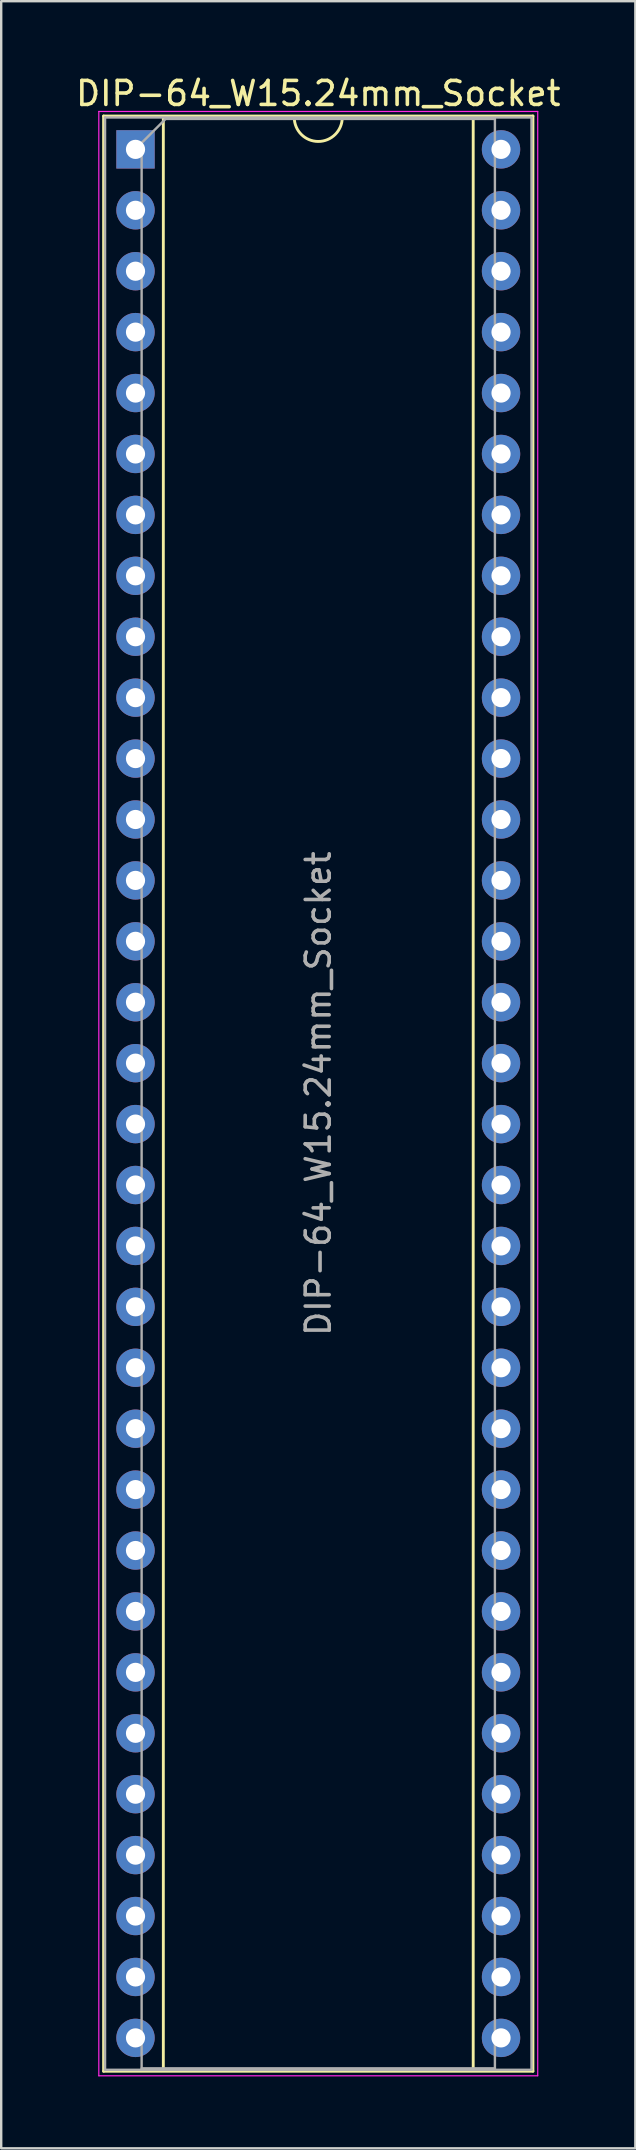
<source format=kicad_pcb>
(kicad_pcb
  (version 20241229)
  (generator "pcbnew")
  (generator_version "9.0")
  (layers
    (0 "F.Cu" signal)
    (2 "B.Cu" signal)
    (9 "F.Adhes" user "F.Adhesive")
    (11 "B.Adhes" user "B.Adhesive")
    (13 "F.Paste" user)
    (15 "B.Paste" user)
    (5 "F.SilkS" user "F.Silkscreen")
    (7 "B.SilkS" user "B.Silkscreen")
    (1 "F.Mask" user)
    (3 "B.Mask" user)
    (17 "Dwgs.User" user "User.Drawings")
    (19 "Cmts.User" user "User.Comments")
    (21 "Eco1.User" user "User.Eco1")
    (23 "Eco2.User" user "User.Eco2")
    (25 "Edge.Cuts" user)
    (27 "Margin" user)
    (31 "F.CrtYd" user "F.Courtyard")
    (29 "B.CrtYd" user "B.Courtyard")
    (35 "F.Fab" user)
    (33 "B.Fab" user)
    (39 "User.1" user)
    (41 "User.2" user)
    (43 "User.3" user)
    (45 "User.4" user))
  (footprint "DIP-64_W15.24mm_Socket"
    (layer "F.Cu")
    (at 2.6 3.178)
    (property "Reference" "DIP-64_W15.24mm_Socket" (at 7.62 -2.33 0) (layer "F.SilkS") (effects (font (size 1 1) (thickness 0.15))))
    (attr through_hole)
    (fp_line (start -1.33 -1.39) (end -1.33 80.13) (stroke (width 0.12) (type solid)) (layer "F.SilkS"))
    (fp_line (start -1.33 80.13) (end 16.57 80.13) (stroke (width 0.12) (type solid)) (layer "F.SilkS"))
    (fp_line (start 1.16 -1.33) (end 1.16 80.07) (stroke (width 0.12) (type solid)) (layer "F.SilkS"))
    (fp_line (start 1.16 80.07) (end 14.08 80.07) (stroke (width 0.12) (type solid)) (layer "F.SilkS"))
    (fp_line (start 6.62 -1.33) (end 1.16 -1.33) (stroke (width 0.12) (type solid)) (layer "F.SilkS"))
    (fp_line (start 14.08 -1.33) (end 8.62 -1.33) (stroke (width 0.12) (type solid)) (layer "F.SilkS"))
    (fp_line (start 14.08 80.07) (end 14.08 -1.33) (stroke (width 0.12) (type solid)) (layer "F.SilkS"))
    (fp_line (start 16.57 -1.39) (end -1.33 -1.39) (stroke (width 0.12) (type solid)) (layer "F.SilkS"))
    (fp_line (start 16.57 80.13) (end 16.57 -1.39) (stroke (width 0.12) (type solid)) (layer "F.SilkS"))
    (fp_arc (start 8.62 -1.33) (mid 7.62 -0.33) (end 6.62 -1.33) (stroke (width 0.12) (type solid)) (layer "F.SilkS"))
    (fp_line (start -1.53 -1.58) (end -1.53 80.32) (stroke (width 0.05) (type solid)) (layer "F.CrtYd"))
    (fp_line (start -1.53 80.32) (end 16.77 80.32) (stroke (width 0.05) (type solid)) (layer "F.CrtYd"))
    (fp_line (start 16.77 -1.58) (end -1.53 -1.58) (stroke (width 0.05) (type solid)) (layer "F.CrtYd"))
    (fp_line (start 16.77 80.32) (end 16.77 -1.58) (stroke (width 0.05) (type solid)) (layer "F.CrtYd"))
    (fp_line (start -1.27 -1.33) (end -1.27 80.07) (stroke (width 0.1) (type solid)) (layer "F.Fab"))
    (fp_line (start -1.27 80.07) (end 16.51 80.07) (stroke (width 0.1) (type solid)) (layer "F.Fab"))
    (fp_line (start 0.255 -0.27) (end 1.255 -1.27) (stroke (width 0.1) (type solid)) (layer "F.Fab"))
    (fp_line (start 0.255 80.01) (end 0.255 -0.27) (stroke (width 0.1) (type solid)) (layer "F.Fab"))
    (fp_line (start 1.255 -1.27) (end 14.985 -1.27) (stroke (width 0.1) (type solid)) (layer "F.Fab"))
    (fp_line (start 14.985 -1.27) (end 14.985 80.01) (stroke (width 0.1) (type solid)) (layer "F.Fab"))
    (fp_line (start 14.985 80.01) (end 0.255 80.01) (stroke (width 0.1) (type solid)) (layer "F.Fab"))
    (fp_line (start 16.51 -1.33) (end -1.27 -1.33) (stroke (width 0.1) (type solid)) (layer "F.Fab"))
    (fp_line (start 16.51 80.07) (end 16.51 -1.33) (stroke (width 0.1) (type solid)) (layer "F.Fab"))
    (fp_text user "${REFERENCE}" (at 7.62 39.37 90) (layer "F.Fab") (effects (font (size 1 1) (thickness 0.15))))
    (pad "1" thru_hole rect (at 0 0) (size 1.6 1.6) (drill 0.8) (layers "*.Cu" "*.Mask"))
    (pad "2" thru_hole circle (at 0 2.54) (size 1.6 1.6) (drill 0.8) (layers "*.Cu" "*.Mask"))
    (pad "3" thru_hole circle (at 0 5.08) (size 1.6 1.6) (drill 0.8) (layers "*.Cu" "*.Mask"))
    (pad "4" thru_hole circle (at 0 7.62) (size 1.6 1.6) (drill 0.8) (layers "*.Cu" "*.Mask"))
    (pad "5" thru_hole circle (at 0 10.16) (size 1.6 1.6) (drill 0.8) (layers "*.Cu" "*.Mask"))
    (pad "6" thru_hole circle (at 0 12.7) (size 1.6 1.6) (drill 0.8) (layers "*.Cu" "*.Mask"))
    (pad "7" thru_hole circle (at 0 15.24) (size 1.6 1.6) (drill 0.8) (layers "*.Cu" "*.Mask"))
    (pad "8" thru_hole circle (at 0 17.78) (size 1.6 1.6) (drill 0.8) (layers "*.Cu" "*.Mask"))
    (pad "9" thru_hole circle (at 0 20.32) (size 1.6 1.6) (drill 0.8) (layers "*.Cu" "*.Mask"))
    (pad "10" thru_hole circle (at 0 22.86) (size 1.6 1.6) (drill 0.8) (layers "*.Cu" "*.Mask"))
    (pad "11" thru_hole circle (at 0 25.4) (size 1.6 1.6) (drill 0.8) (layers "*.Cu" "*.Mask"))
    (pad "12" thru_hole circle (at 0 27.94) (size 1.6 1.6) (drill 0.8) (layers "*.Cu" "*.Mask"))
    (pad "13" thru_hole circle (at 0 30.48) (size 1.6 1.6) (drill 0.8) (layers "*.Cu" "*.Mask"))
    (pad "14" thru_hole circle (at 0 33.02) (size 1.6 1.6) (drill 0.8) (layers "*.Cu" "*.Mask"))
    (pad "15" thru_hole circle (at 0 35.56) (size 1.6 1.6) (drill 0.8) (layers "*.Cu" "*.Mask"))
    (pad "16" thru_hole circle (at 0 38.1) (size 1.6 1.6) (drill 0.8) (layers "*.Cu" "*.Mask"))
    (pad "17" thru_hole circle (at 0 40.64) (size 1.6 1.6) (drill 0.8) (layers "*.Cu" "*.Mask"))
    (pad "18" thru_hole circle (at 0 43.18) (size 1.6 1.6) (drill 0.8) (layers "*.Cu" "*.Mask"))
    (pad "19" thru_hole circle (at 0 45.72) (size 1.6 1.6) (drill 0.8) (layers "*.Cu" "*.Mask"))
    (pad "20" thru_hole circle (at 0 48.26) (size 1.6 1.6) (drill 0.8) (layers "*.Cu" "*.Mask"))
    (pad "21" thru_hole circle (at 0 50.8) (size 1.6 1.6) (drill 0.8) (layers "*.Cu" "*.Mask"))
    (pad "22" thru_hole circle (at 0 53.34) (size 1.6 1.6) (drill 0.8) (layers "*.Cu" "*.Mask"))
    (pad "23" thru_hole circle (at 0 55.88) (size 1.6 1.6) (drill 0.8) (layers "*.Cu" "*.Mask"))
    (pad "24" thru_hole circle (at 0 58.42) (size 1.6 1.6) (drill 0.8) (layers "*.Cu" "*.Mask"))
    (pad "25" thru_hole circle (at 0 60.96) (size 1.6 1.6) (drill 0.8) (layers "*.Cu" "*.Mask"))
    (pad "26" thru_hole circle (at 0 63.5) (size 1.6 1.6) (drill 0.8) (layers "*.Cu" "*.Mask"))
    (pad "27" thru_hole circle (at 0 66.04) (size 1.6 1.6) (drill 0.8) (layers "*.Cu" "*.Mask"))
    (pad "28" thru_hole circle (at 0 68.58) (size 1.6 1.6) (drill 0.8) (layers "*.Cu" "*.Mask"))
    (pad "29" thru_hole circle (at 0 71.12) (size 1.6 1.6) (drill 0.8) (layers "*.Cu" "*.Mask"))
    (pad "30" thru_hole circle (at 0 73.66) (size 1.6 1.6) (drill 0.8) (layers "*.Cu" "*.Mask"))
    (pad "31" thru_hole circle (at 0 76.2) (size 1.6 1.6) (drill 0.8) (layers "*.Cu" "*.Mask"))
    (pad "32" thru_hole circle (at 0 78.74) (size 1.6 1.6) (drill 0.8) (layers "*.Cu" "*.Mask"))
    (pad "33" thru_hole circle (at 15.24 78.74) (size 1.6 1.6) (drill 0.8) (layers "*.Cu" "*.Mask"))
    (pad "34" thru_hole circle (at 15.24 76.2) (size 1.6 1.6) (drill 0.8) (layers "*.Cu" "*.Mask"))
    (pad "35" thru_hole circle (at 15.24 73.66) (size 1.6 1.6) (drill 0.8) (layers "*.Cu" "*.Mask"))
    (pad "36" thru_hole circle (at 15.24 71.12) (size 1.6 1.6) (drill 0.8) (layers "*.Cu" "*.Mask"))
    (pad "37" thru_hole circle (at 15.24 68.58) (size 1.6 1.6) (drill 0.8) (layers "*.Cu" "*.Mask"))
    (pad "38" thru_hole circle (at 15.24 66.04) (size 1.6 1.6) (drill 0.8) (layers "*.Cu" "*.Mask"))
    (pad "39" thru_hole circle (at 15.24 63.5) (size 1.6 1.6) (drill 0.8) (layers "*.Cu" "*.Mask"))
    (pad "40" thru_hole circle (at 15.24 60.96) (size 1.6 1.6) (drill 0.8) (layers "*.Cu" "*.Mask"))
    (pad "41" thru_hole circle (at 15.24 58.42) (size 1.6 1.6) (drill 0.8) (layers "*.Cu" "*.Mask"))
    (pad "42" thru_hole circle (at 15.24 55.88) (size 1.6 1.6) (drill 0.8) (layers "*.Cu" "*.Mask"))
    (pad "43" thru_hole circle (at 15.24 53.34) (size 1.6 1.6) (drill 0.8) (layers "*.Cu" "*.Mask"))
    (pad "44" thru_hole circle (at 15.24 50.8) (size 1.6 1.6) (drill 0.8) (layers "*.Cu" "*.Mask"))
    (pad "45" thru_hole circle (at 15.24 48.26) (size 1.6 1.6) (drill 0.8) (layers "*.Cu" "*.Mask"))
    (pad "46" thru_hole circle (at 15.24 45.72) (size 1.6 1.6) (drill 0.8) (layers "*.Cu" "*.Mask"))
    (pad "47" thru_hole circle (at 15.24 43.18) (size 1.6 1.6) (drill 0.8) (layers "*.Cu" "*.Mask"))
    (pad "48" thru_hole circle (at 15.24 40.64) (size 1.6 1.6) (drill 0.8) (layers "*.Cu" "*.Mask"))
    (pad "49" thru_hole circle (at 15.24 38.1) (size 1.6 1.6) (drill 0.8) (layers "*.Cu" "*.Mask"))
    (pad "50" thru_hole circle (at 15.24 35.56) (size 1.6 1.6) (drill 0.8) (layers "*.Cu" "*.Mask"))
    (pad "51" thru_hole circle (at 15.24 33.02) (size 1.6 1.6) (drill 0.8) (layers "*.Cu" "*.Mask"))
    (pad "52" thru_hole circle (at 15.24 30.48) (size 1.6 1.6) (drill 0.8) (layers "*.Cu" "*.Mask"))
    (pad "53" thru_hole circle (at 15.24 27.94) (size 1.6 1.6) (drill 0.8) (layers "*.Cu" "*.Mask"))
    (pad "54" thru_hole circle (at 15.24 25.4) (size 1.6 1.6) (drill 0.8) (layers "*.Cu" "*.Mask"))
    (pad "55" thru_hole circle (at 15.24 22.86) (size 1.6 1.6) (drill 0.8) (layers "*.Cu" "*.Mask"))
    (pad "56" thru_hole circle (at 15.24 20.32) (size 1.6 1.6) (drill 0.8) (layers "*.Cu" "*.Mask"))
    (pad "57" thru_hole circle (at 15.24 17.78) (size 1.6 1.6) (drill 0.8) (layers "*.Cu" "*.Mask"))
    (pad "58" thru_hole circle (at 15.24 15.24) (size 1.6 1.6) (drill 0.8) (layers "*.Cu" "*.Mask"))
    (pad "59" thru_hole circle (at 15.24 12.7) (size 1.6 1.6) (drill 0.8) (layers "*.Cu" "*.Mask"))
    (pad "60" thru_hole circle (at 15.24 10.16) (size 1.6 1.6) (drill 0.8) (layers "*.Cu" "*.Mask"))
    (pad "61" thru_hole circle (at 15.24 7.62) (size 1.6 1.6) (drill 0.8) (layers "*.Cu" "*.Mask"))
    (pad "62" thru_hole circle (at 15.24 5.08) (size 1.6 1.6) (drill 0.8) (layers "*.Cu" "*.Mask"))
    (pad "63" thru_hole circle (at 15.24 2.54) (size 1.6 1.6) (drill 0.8) (layers "*.Cu" "*.Mask"))
    (pad "64" thru_hole circle (at 15.24 0) (size 1.6 1.6) (drill 0.8) (layers "*.Cu" "*.Mask")))
  (gr_rect
    (start -3 -3)
    (end 23.44 86.523)
    (stroke (width 0.1) (type default))
    (fill no)
    (layer "Edge.Cuts")))
</source>
